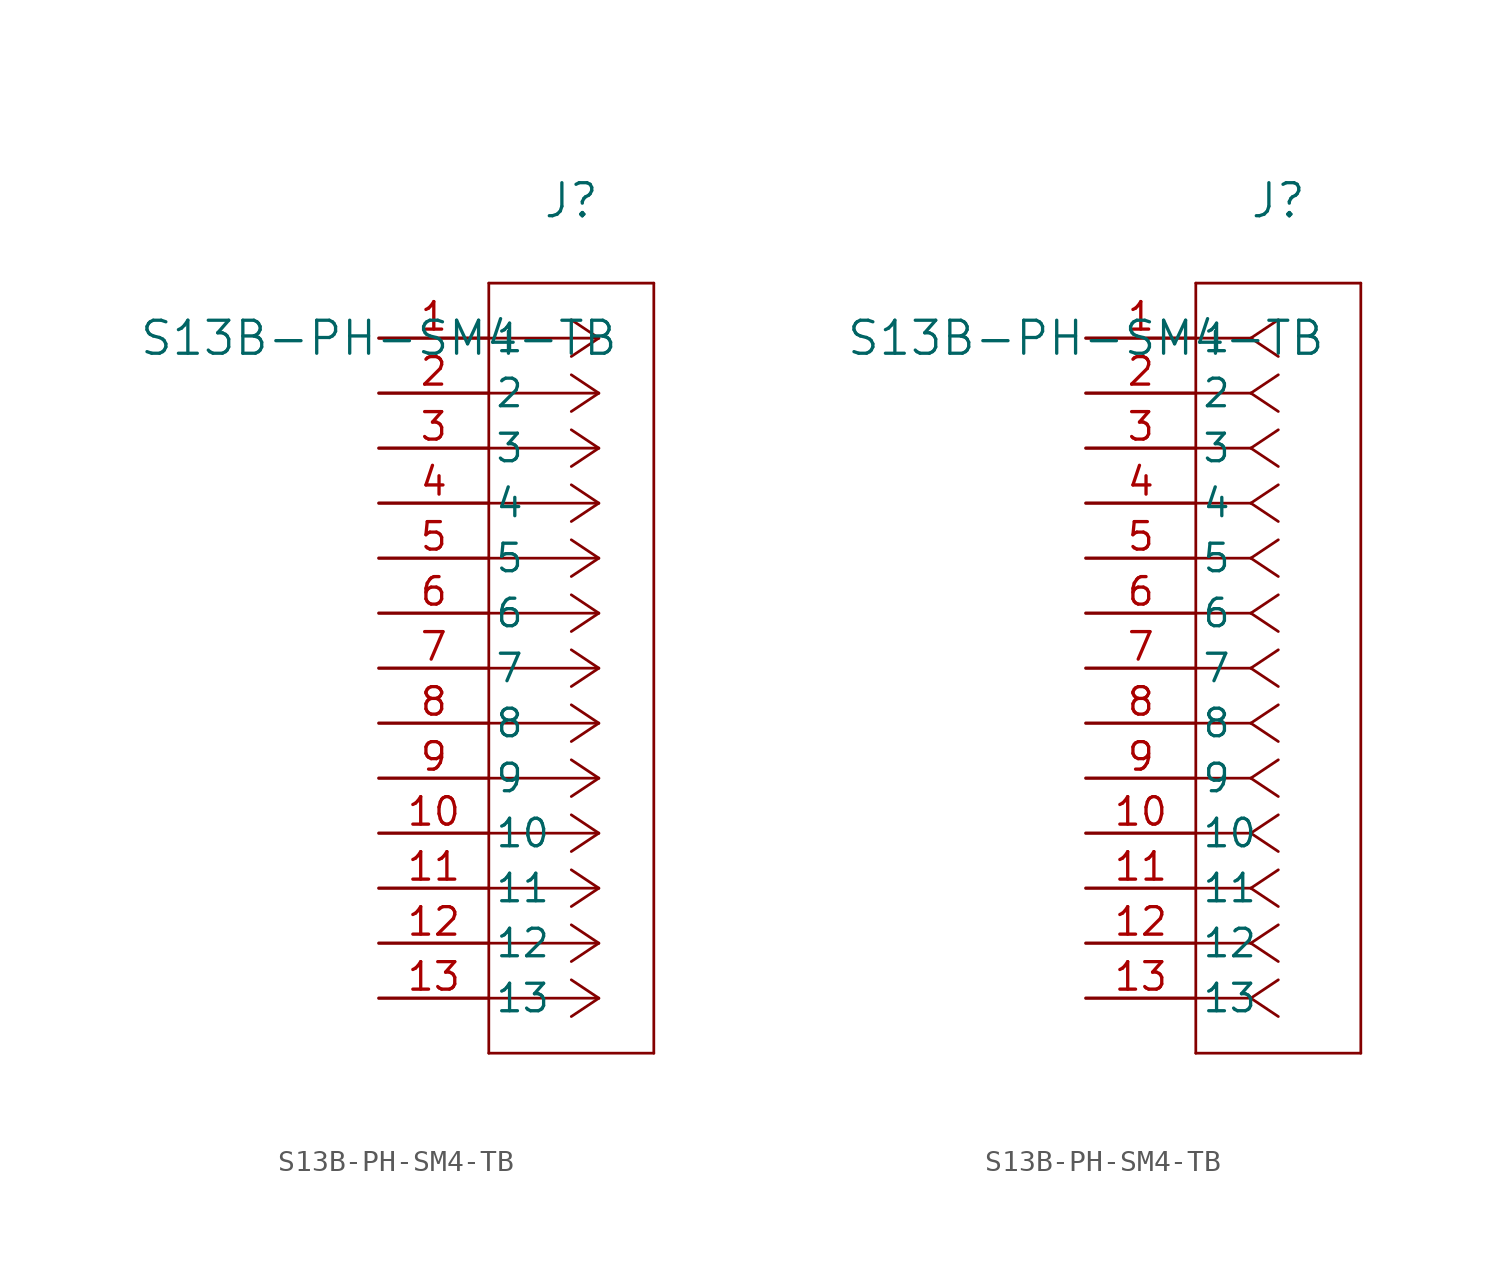
<source format=kicad_sym>
(kicad_symbol_lib
  (version 20220914)
  (generator kicad_symbol_editor)
  (symbol "S13B-PH-SM4-TB"
    (pin_names
      (offset 0.254))
    (property "Reference" "J"
      (at 8.89 6.35 0)
      (effects (font (size 1.524 1.524))))
    (property "Value" "S13B-PH-SM4-TB"
      (at 0 0 0)
      (effects (font (size 1.524 1.524))))
    (property "ki_locked" ""
      (at 0 0 0)
      (effects (font (size 1.27 1.27))))
    (symbol "S13B-PH-SM4-TB_1_1"
      (polyline (pts (xy 5.08 -33.02) (xy 12.7 -33.02)) (stroke (width 0.127) (type default)) (fill (type none)))
      (polyline (pts (xy 5.08 2.54) (xy 5.08 -33.02)) (stroke (width 0.127) (type default)) (fill (type none)))
      (polyline (pts (xy 10.16 -30.48) (xy 5.08 -30.48)) (stroke (width 0.127) (type default)) (fill (type none)))
      (polyline (pts (xy 10.16 -30.48) (xy 8.89 -31.327)) (stroke (width 0.127) (type default)) (fill (type none)))
      (polyline (pts (xy 10.16 -30.48) (xy 8.89 -29.633)) (stroke (width 0.127) (type default)) (fill (type none)))
      (polyline (pts (xy 10.16 -27.94) (xy 5.08 -27.94)) (stroke (width 0.127) (type default)) (fill (type none)))
      (polyline (pts (xy 10.16 -27.94) (xy 8.89 -28.787)) (stroke (width 0.127) (type default)) (fill (type none)))
      (polyline (pts (xy 10.16 -27.94) (xy 8.89 -27.093)) (stroke (width 0.127) (type default)) (fill (type none)))
      (polyline (pts (xy 10.16 -25.4) (xy 5.08 -25.4)) (stroke (width 0.127) (type default)) (fill (type none)))
      (polyline (pts (xy 10.16 -25.4) (xy 8.89 -26.247)) (stroke (width 0.127) (type default)) (fill (type none)))
      (polyline (pts (xy 10.16 -25.4) (xy 8.89 -24.553)) (stroke (width 0.127) (type default)) (fill (type none)))
      (polyline (pts (xy 10.16 -22.86) (xy 5.08 -22.86)) (stroke (width 0.127) (type default)) (fill (type none)))
      (polyline (pts (xy 10.16 -22.86) (xy 8.89 -23.707)) (stroke (width 0.127) (type default)) (fill (type none)))
      (polyline (pts (xy 10.16 -22.86) (xy 8.89 -22.013)) (stroke (width 0.127) (type default)) (fill (type none)))
      (polyline (pts (xy 10.16 -20.32) (xy 5.08 -20.32)) (stroke (width 0.127) (type default)) (fill (type none)))
      (polyline (pts (xy 10.16 -20.32) (xy 8.89 -21.167)) (stroke (width 0.127) (type default)) (fill (type none)))
      (polyline (pts (xy 10.16 -20.32) (xy 8.89 -19.473)) (stroke (width 0.127) (type default)) (fill (type none)))
      (polyline (pts (xy 10.16 -17.78) (xy 5.08 -17.78)) (stroke (width 0.127) (type default)) (fill (type none)))
      (polyline (pts (xy 10.16 -17.78) (xy 8.89 -18.627)) (stroke (width 0.127) (type default)) (fill (type none)))
      (polyline (pts (xy 10.16 -17.78) (xy 8.89 -16.933)) (stroke (width 0.127) (type default)) (fill (type none)))
      (polyline (pts (xy 10.16 -15.24) (xy 5.08 -15.24)) (stroke (width 0.127) (type default)) (fill (type none)))
      (polyline (pts (xy 10.16 -15.24) (xy 8.89 -16.087)) (stroke (width 0.127) (type default)) (fill (type none)))
      (polyline (pts (xy 10.16 -15.24) (xy 8.89 -14.393)) (stroke (width 0.127) (type default)) (fill (type none)))
      (polyline (pts (xy 10.16 -12.7) (xy 5.08 -12.7)) (stroke (width 0.127) (type default)) (fill (type none)))
      (polyline (pts (xy 10.16 -12.7) (xy 8.89 -13.547)) (stroke (width 0.127) (type default)) (fill (type none)))
      (polyline (pts (xy 10.16 -12.7) (xy 8.89 -11.853)) (stroke (width 0.127) (type default)) (fill (type none)))
      (polyline (pts (xy 10.16 -10.16) (xy 5.08 -10.16)) (stroke (width 0.127) (type default)) (fill (type none)))
      (polyline (pts (xy 10.16 -10.16) (xy 8.89 -11.007)) (stroke (width 0.127) (type default)) (fill (type none)))
      (polyline (pts (xy 10.16 -10.16) (xy 8.89 -9.313)) (stroke (width 0.127) (type default)) (fill (type none)))
      (polyline (pts (xy 10.16 -7.62) (xy 5.08 -7.62)) (stroke (width 0.127) (type default)) (fill (type none)))
      (polyline (pts (xy 10.16 -7.62) (xy 8.89 -8.467)) (stroke (width 0.127) (type default)) (fill (type none)))
      (polyline (pts (xy 10.16 -7.62) (xy 8.89 -6.773)) (stroke (width 0.127) (type default)) (fill (type none)))
      (polyline (pts (xy 10.16 -5.08) (xy 5.08 -5.08)) (stroke (width 0.127) (type default)) (fill (type none)))
      (polyline (pts (xy 10.16 -5.08) (xy 8.89 -5.927)) (stroke (width 0.127) (type default)) (fill (type none)))
      (polyline (pts (xy 10.16 -5.08) (xy 8.89 -4.233)) (stroke (width 0.127) (type default)) (fill (type none)))
      (polyline (pts (xy 10.16 -2.54) (xy 5.08 -2.54)) (stroke (width 0.127) (type default)) (fill (type none)))
      (polyline (pts (xy 10.16 -2.54) (xy 8.89 -3.387)) (stroke (width 0.127) (type default)) (fill (type none)))
      (polyline (pts (xy 10.16 -2.54) (xy 8.89 -1.693)) (stroke (width 0.127) (type default)) (fill (type none)))
      (polyline (pts (xy 10.16 0) (xy 5.08 0)) (stroke (width 0.127) (type default)) (fill (type none)))
      (polyline (pts (xy 10.16 0) (xy 8.89 -0.847)) (stroke (width 0.127) (type default)) (fill (type none)))
      (polyline (pts (xy 10.16 0) (xy 8.89 0.847)) (stroke (width 0.127) (type default)) (fill (type none)))
      (polyline (pts (xy 12.7 -33.02) (xy 12.7 2.54)) (stroke (width 0.127) (type default)) (fill (type none)))
      (polyline (pts (xy 12.7 2.54) (xy 5.08 2.54)) (stroke (width 0.127) (type default)) (fill (type none)))
      (pin unspecified line (at 0 0 0) (length 5.08) (name "1" (effects (font (size 1.27 1.27)))) (number "1" (effects (font (size 1.27 1.27)))))
      (pin unspecified line (at 0 -22.86 0) (length 5.08) (name "10" (effects (font (size 1.27 1.27)))) (number "10" (effects (font (size 1.27 1.27)))))
      (pin unspecified line (at 0 -25.4 0) (length 5.08) (name "11" (effects (font (size 1.27 1.27)))) (number "11" (effects (font (size 1.27 1.27)))))
      (pin unspecified line (at 0 -27.94 0) (length 5.08) (name "12" (effects (font (size 1.27 1.27)))) (number "12" (effects (font (size 1.27 1.27)))))
      (pin unspecified line (at 0 -30.48 0) (length 5.08) (name "13" (effects (font (size 1.27 1.27)))) (number "13" (effects (font (size 1.27 1.27)))))
      (pin unspecified line (at 0 -2.54 0) (length 5.08) (name "2" (effects (font (size 1.27 1.27)))) (number "2" (effects (font (size 1.27 1.27)))))
      (pin unspecified line (at 0 -5.08 0) (length 5.08) (name "3" (effects (font (size 1.27 1.27)))) (number "3" (effects (font (size 1.27 1.27)))))
      (pin unspecified line (at 0 -7.62 0) (length 5.08) (name "4" (effects (font (size 1.27 1.27)))) (number "4" (effects (font (size 1.27 1.27)))))
      (pin unspecified line (at 0 -10.16 0) (length 5.08) (name "5" (effects (font (size 1.27 1.27)))) (number "5" (effects (font (size 1.27 1.27)))))
      (pin unspecified line (at 0 -12.7 0) (length 5.08) (name "6" (effects (font (size 1.27 1.27)))) (number "6" (effects (font (size 1.27 1.27)))))
      (pin unspecified line (at 0 -15.24 0) (length 5.08) (name "7" (effects (font (size 1.27 1.27)))) (number "7" (effects (font (size 1.27 1.27)))))
      (pin unspecified line (at 0 -17.78 0) (length 5.08) (name "8" (effects (font (size 1.27 1.27)))) (number "8" (effects (font (size 1.27 1.27)))))
      (pin unspecified line (at 0 -20.32 0) (length 5.08) (name "9" (effects (font (size 1.27 1.27)))) (number "9" (effects (font (size 1.27 1.27))))))
    (symbol "S13B-PH-SM4-TB_1_2"
      (polyline (pts (xy 5.08 -33.02) (xy 12.7 -33.02)) (stroke (width 0.127) (type default)) (fill (type none)))
      (polyline (pts (xy 5.08 2.54) (xy 5.08 -33.02)) (stroke (width 0.127) (type default)) (fill (type none)))
      (polyline (pts (xy 7.62 -30.48) (xy 5.08 -30.48)) (stroke (width 0.127) (type default)) (fill (type none)))
      (polyline (pts (xy 7.62 -30.48) (xy 8.89 -31.327)) (stroke (width 0.127) (type default)) (fill (type none)))
      (polyline (pts (xy 7.62 -30.48) (xy 8.89 -29.633)) (stroke (width 0.127) (type default)) (fill (type none)))
      (polyline (pts (xy 7.62 -27.94) (xy 5.08 -27.94)) (stroke (width 0.127) (type default)) (fill (type none)))
      (polyline (pts (xy 7.62 -27.94) (xy 8.89 -28.787)) (stroke (width 0.127) (type default)) (fill (type none)))
      (polyline (pts (xy 7.62 -27.94) (xy 8.89 -27.093)) (stroke (width 0.127) (type default)) (fill (type none)))
      (polyline (pts (xy 7.62 -25.4) (xy 5.08 -25.4)) (stroke (width 0.127) (type default)) (fill (type none)))
      (polyline (pts (xy 7.62 -25.4) (xy 8.89 -26.247)) (stroke (width 0.127) (type default)) (fill (type none)))
      (polyline (pts (xy 7.62 -25.4) (xy 8.89 -24.553)) (stroke (width 0.127) (type default)) (fill (type none)))
      (polyline (pts (xy 7.62 -22.86) (xy 5.08 -22.86)) (stroke (width 0.127) (type default)) (fill (type none)))
      (polyline (pts (xy 7.62 -22.86) (xy 8.89 -23.707)) (stroke (width 0.127) (type default)) (fill (type none)))
      (polyline (pts (xy 7.62 -22.86) (xy 8.89 -22.013)) (stroke (width 0.127) (type default)) (fill (type none)))
      (polyline (pts (xy 7.62 -20.32) (xy 5.08 -20.32)) (stroke (width 0.127) (type default)) (fill (type none)))
      (polyline (pts (xy 7.62 -20.32) (xy 8.89 -21.167)) (stroke (width 0.127) (type default)) (fill (type none)))
      (polyline (pts (xy 7.62 -20.32) (xy 8.89 -19.473)) (stroke (width 0.127) (type default)) (fill (type none)))
      (polyline (pts (xy 7.62 -17.78) (xy 5.08 -17.78)) (stroke (width 0.127) (type default)) (fill (type none)))
      (polyline (pts (xy 7.62 -17.78) (xy 8.89 -18.627)) (stroke (width 0.127) (type default)) (fill (type none)))
      (polyline (pts (xy 7.62 -17.78) (xy 8.89 -16.933)) (stroke (width 0.127) (type default)) (fill (type none)))
      (polyline (pts (xy 7.62 -15.24) (xy 5.08 -15.24)) (stroke (width 0.127) (type default)) (fill (type none)))
      (polyline (pts (xy 7.62 -15.24) (xy 8.89 -16.087)) (stroke (width 0.127) (type default)) (fill (type none)))
      (polyline (pts (xy 7.62 -15.24) (xy 8.89 -14.393)) (stroke (width 0.127) (type default)) (fill (type none)))
      (polyline (pts (xy 7.62 -12.7) (xy 5.08 -12.7)) (stroke (width 0.127) (type default)) (fill (type none)))
      (polyline (pts (xy 7.62 -12.7) (xy 8.89 -13.547)) (stroke (width 0.127) (type default)) (fill (type none)))
      (polyline (pts (xy 7.62 -12.7) (xy 8.89 -11.853)) (stroke (width 0.127) (type default)) (fill (type none)))
      (polyline (pts (xy 7.62 -10.16) (xy 5.08 -10.16)) (stroke (width 0.127) (type default)) (fill (type none)))
      (polyline (pts (xy 7.62 -10.16) (xy 8.89 -11.007)) (stroke (width 0.127) (type default)) (fill (type none)))
      (polyline (pts (xy 7.62 -10.16) (xy 8.89 -9.313)) (stroke (width 0.127) (type default)) (fill (type none)))
      (polyline (pts (xy 7.62 -7.62) (xy 5.08 -7.62)) (stroke (width 0.127) (type default)) (fill (type none)))
      (polyline (pts (xy 7.62 -7.62) (xy 8.89 -8.467)) (stroke (width 0.127) (type default)) (fill (type none)))
      (polyline (pts (xy 7.62 -7.62) (xy 8.89 -6.773)) (stroke (width 0.127) (type default)) (fill (type none)))
      (polyline (pts (xy 7.62 -5.08) (xy 5.08 -5.08)) (stroke (width 0.127) (type default)) (fill (type none)))
      (polyline (pts (xy 7.62 -5.08) (xy 8.89 -5.927)) (stroke (width 0.127) (type default)) (fill (type none)))
      (polyline (pts (xy 7.62 -5.08) (xy 8.89 -4.233)) (stroke (width 0.127) (type default)) (fill (type none)))
      (polyline (pts (xy 7.62 -2.54) (xy 5.08 -2.54)) (stroke (width 0.127) (type default)) (fill (type none)))
      (polyline (pts (xy 7.62 -2.54) (xy 8.89 -3.387)) (stroke (width 0.127) (type default)) (fill (type none)))
      (polyline (pts (xy 7.62 -2.54) (xy 8.89 -1.693)) (stroke (width 0.127) (type default)) (fill (type none)))
      (polyline (pts (xy 7.62 0) (xy 5.08 0)) (stroke (width 0.127) (type default)) (fill (type none)))
      (polyline (pts (xy 7.62 0) (xy 8.89 -0.847)) (stroke (width 0.127) (type default)) (fill (type none)))
      (polyline (pts (xy 7.62 0) (xy 8.89 0.847)) (stroke (width 0.127) (type default)) (fill (type none)))
      (polyline (pts (xy 12.7 -33.02) (xy 12.7 2.54)) (stroke (width 0.127) (type default)) (fill (type none)))
      (polyline (pts (xy 12.7 2.54) (xy 5.08 2.54)) (stroke (width 0.127) (type default)) (fill (type none)))
      (pin unspecified line (at 0 0 0) (length 5.08) (name "1" (effects (font (size 1.27 1.27)))) (number "1" (effects (font (size 1.27 1.27)))))
      (pin unspecified line (at 0 -22.86 0) (length 5.08) (name "10" (effects (font (size 1.27 1.27)))) (number "10" (effects (font (size 1.27 1.27)))))
      (pin unspecified line (at 0 -25.4 0) (length 5.08) (name "11" (effects (font (size 1.27 1.27)))) (number "11" (effects (font (size 1.27 1.27)))))
      (pin unspecified line (at 0 -27.94 0) (length 5.08) (name "12" (effects (font (size 1.27 1.27)))) (number "12" (effects (font (size 1.27 1.27)))))
      (pin unspecified line (at 0 -30.48 0) (length 5.08) (name "13" (effects (font (size 1.27 1.27)))) (number "13" (effects (font (size 1.27 1.27)))))
      (pin unspecified line (at 0 -2.54 0) (length 5.08) (name "2" (effects (font (size 1.27 1.27)))) (number "2" (effects (font (size 1.27 1.27)))))
      (pin unspecified line (at 0 -5.08 0) (length 5.08) (name "3" (effects (font (size 1.27 1.27)))) (number "3" (effects (font (size 1.27 1.27)))))
      (pin unspecified line (at 0 -7.62 0) (length 5.08) (name "4" (effects (font (size 1.27 1.27)))) (number "4" (effects (font (size 1.27 1.27)))))
      (pin unspecified line (at 0 -10.16 0) (length 5.08) (name "5" (effects (font (size 1.27 1.27)))) (number "5" (effects (font (size 1.27 1.27)))))
      (pin unspecified line (at 0 -12.7 0) (length 5.08) (name "6" (effects (font (size 1.27 1.27)))) (number "6" (effects (font (size 1.27 1.27)))))
      (pin unspecified line (at 0 -15.24 0) (length 5.08) (name "7" (effects (font (size 1.27 1.27)))) (number "7" (effects (font (size 1.27 1.27)))))
      (pin unspecified line (at 0 -17.78 0) (length 5.08) (name "8" (effects (font (size 1.27 1.27)))) (number "8" (effects (font (size 1.27 1.27)))))
      (pin unspecified line (at 0 -20.32 0) (length 5.08) (name "9" (effects (font (size 1.27 1.27)))) (number "9" (effects (font (size 1.27 1.27))))))))
</source>
